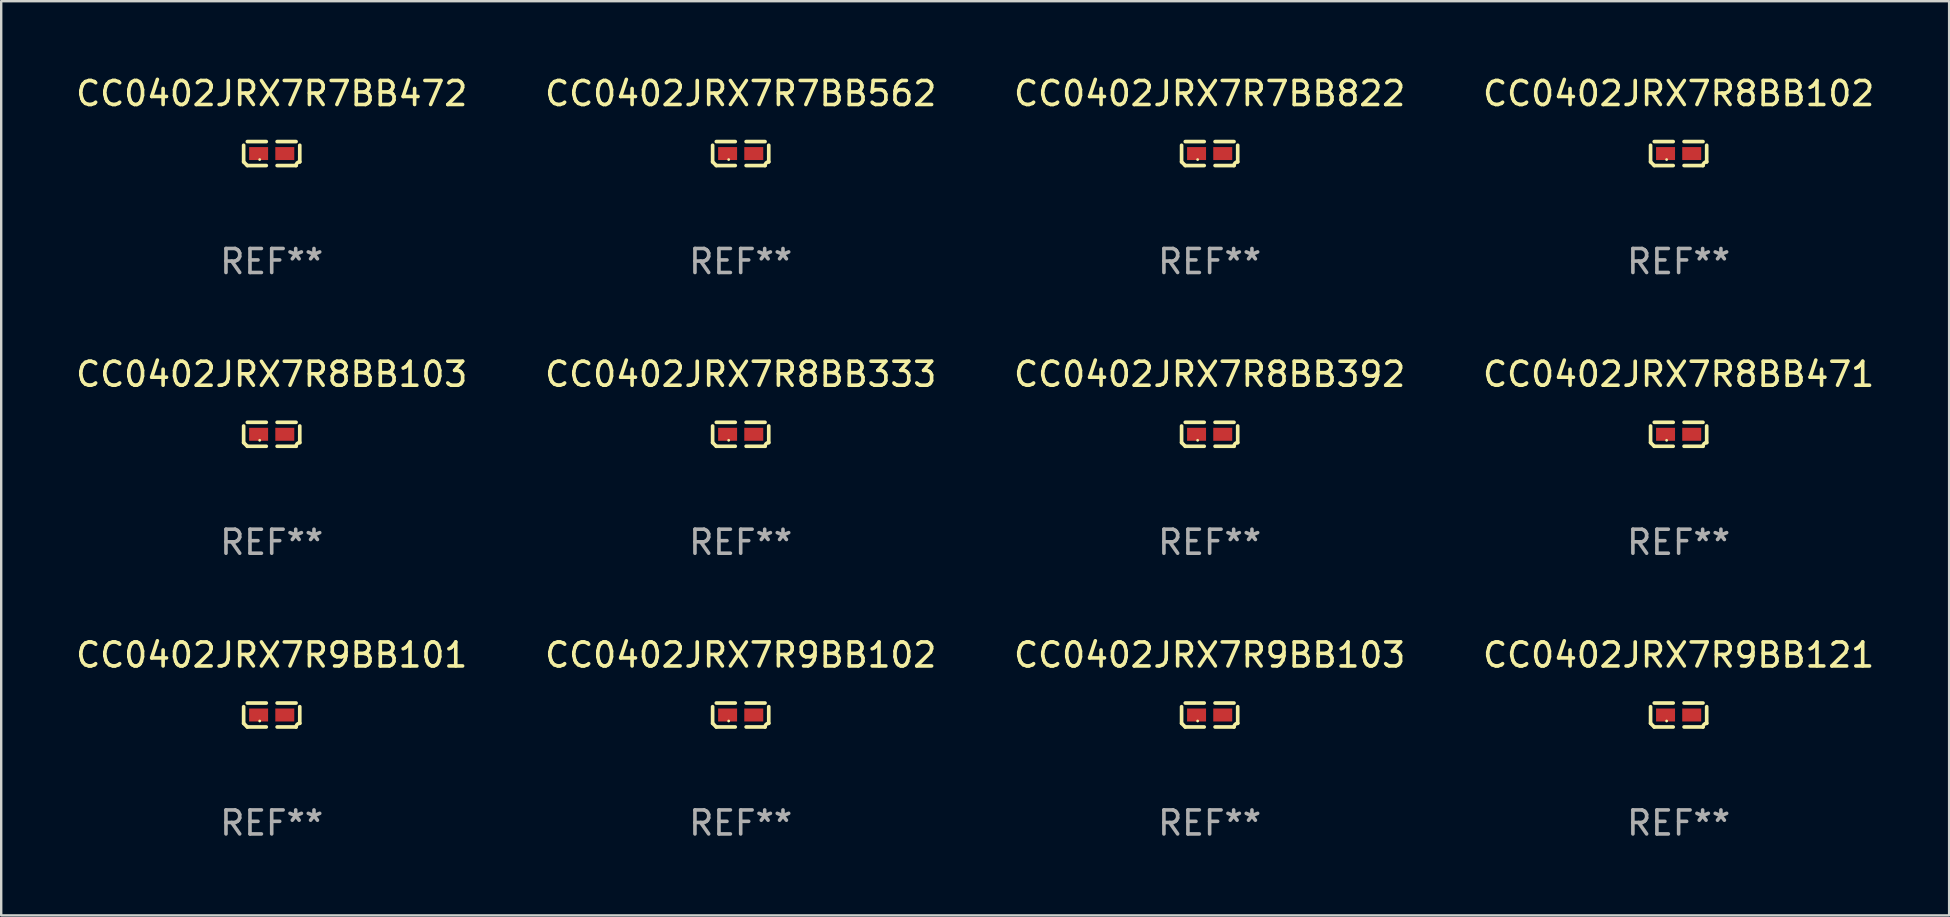
<source format=kicad_pcb>
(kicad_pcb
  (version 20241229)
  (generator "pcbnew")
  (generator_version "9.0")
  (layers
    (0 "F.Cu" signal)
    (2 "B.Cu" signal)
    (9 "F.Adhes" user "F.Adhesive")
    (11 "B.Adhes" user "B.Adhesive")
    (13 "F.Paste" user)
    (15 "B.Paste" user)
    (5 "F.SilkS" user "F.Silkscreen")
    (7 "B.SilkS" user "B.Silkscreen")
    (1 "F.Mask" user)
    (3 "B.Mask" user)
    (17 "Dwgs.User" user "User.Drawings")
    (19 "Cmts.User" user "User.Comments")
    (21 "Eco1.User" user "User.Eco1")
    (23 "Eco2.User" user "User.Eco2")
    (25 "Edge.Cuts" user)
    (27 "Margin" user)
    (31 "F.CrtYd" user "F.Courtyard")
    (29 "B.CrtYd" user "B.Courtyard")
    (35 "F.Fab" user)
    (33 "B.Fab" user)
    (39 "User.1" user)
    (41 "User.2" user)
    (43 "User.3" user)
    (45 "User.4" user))
  (footprint "CC0402JRX7R8BB392"
    (layer "F.Cu")
    (at 47.339 15.041)
    (property "Reference" "CC0402JRX7R8BB392" (at 0 -2.499 0) (layer "F.SilkS") (effects (font (size 1 1) (thickness 0.15))))
    (attr through_hole)
    (fp_line (start -1.169 0.346) (end -1.169 -0.346) (stroke (width 0.152) (type solid)) (layer "F.SilkS"))
    (fp_line (start -1.016 -0.499) (end -0.226 -0.499) (stroke (width 0.152) (type solid)) (layer "F.SilkS"))
    (fp_line (start -0.226 0.499) (end -1.016 0.499) (stroke (width 0.152) (type solid)) (layer "F.SilkS"))
    (fp_line (start 0.226 0.499) (end 1.016 0.499) (stroke (width 0.152) (type solid)) (layer "F.SilkS"))
    (fp_line (start 1.016 -0.499) (end 0.226 -0.499) (stroke (width 0.152) (type solid)) (layer "F.SilkS"))
    (fp_line (start 1.169 0.346) (end 1.169 -0.346) (stroke (width 0.152) (type solid)) (layer "F.SilkS"))
    (fp_arc (start -1.016307 0.498603) (mid -1.092512 0.422405) (end -1.16871 0.3462) (stroke (width 0.1524) (type solid)) (layer "F.SilkS"))
    (fp_arc (start 1.016307 0.498603) (mid 1.060899 0.390758) (end 1.168707 0.346076) (stroke (width 0.1524) (type solid)) (layer "F.SilkS"))
    (fp_circle (center -0.5 0.25) (end -0.47 0.25) (stroke (width 0.06) (type solid)) (fill no) (layer "F.SilkS"))
    (fp_text user "REF**" (at 0 4.499 0) (layer "F.Fab") (effects (font (size 1 1) (thickness 0.15))))
    (pad "1" smd rect (at -0.545 0) (size 0.79 0.54) (layers "F.Cu" "F.Mask" "F.Paste"))
    (pad "2" smd rect (at 0.545 0) (size 0.79 0.54) (layers "F.Cu" "F.Mask" "F.Paste")))
  (footprint "CC0402JRX7R9BB121"
    (layer "F.Cu")
    (at 66.875 26.734)
    (property "Reference" "CC0402JRX7R9BB121" (at 0 -2.499 0) (layer "F.SilkS") (effects (font (size 1 1) (thickness 0.15))))
    (attr through_hole)
    (fp_line (start -1.169 0.346) (end -1.169 -0.346) (stroke (width 0.152) (type solid)) (layer "F.SilkS"))
    (fp_line (start -1.016 -0.499) (end -0.226 -0.499) (stroke (width 0.152) (type solid)) (layer "F.SilkS"))
    (fp_line (start -0.226 0.499) (end -1.016 0.499) (stroke (width 0.152) (type solid)) (layer "F.SilkS"))
    (fp_line (start 0.226 0.499) (end 1.016 0.499) (stroke (width 0.152) (type solid)) (layer "F.SilkS"))
    (fp_line (start 1.016 -0.499) (end 0.226 -0.499) (stroke (width 0.152) (type solid)) (layer "F.SilkS"))
    (fp_line (start 1.169 0.346) (end 1.169 -0.346) (stroke (width 0.152) (type solid)) (layer "F.SilkS"))
    (fp_arc (start -1.016307 0.498603) (mid -1.092512 0.422405) (end -1.16871 0.3462) (stroke (width 0.1524) (type solid)) (layer "F.SilkS"))
    (fp_arc (start 1.016307 0.498603) (mid 1.060899 0.390758) (end 1.168707 0.346076) (stroke (width 0.1524) (type solid)) (layer "F.SilkS"))
    (fp_circle (center -0.5 0.25) (end -0.47 0.25) (stroke (width 0.06) (type solid)) (fill no) (layer "F.SilkS"))
    (fp_text user "REF**" (at 0 4.499 0) (layer "F.Fab") (effects (font (size 1 1) (thickness 0.15))))
    (pad "1" smd rect (at -0.545 0) (size 0.79 0.54) (layers "F.Cu" "F.Mask" "F.Paste"))
    (pad "2" smd rect (at 0.545 0) (size 0.79 0.54) (layers "F.Cu" "F.Mask" "F.Paste")))
  (footprint "CC0402JRX7R8BB333"
    (layer "F.Cu")
    (at 27.804 15.041)
    (property "Reference" "CC0402JRX7R8BB333" (at 0 -2.499 0) (layer "F.SilkS") (effects (font (size 1 1) (thickness 0.15))))
    (attr through_hole)
    (fp_line (start -1.169 0.346) (end -1.169 -0.346) (stroke (width 0.152) (type solid)) (layer "F.SilkS"))
    (fp_line (start -1.016 -0.499) (end -0.226 -0.499) (stroke (width 0.152) (type solid)) (layer "F.SilkS"))
    (fp_line (start -0.226 0.499) (end -1.016 0.499) (stroke (width 0.152) (type solid)) (layer "F.SilkS"))
    (fp_line (start 0.226 0.499) (end 1.016 0.499) (stroke (width 0.152) (type solid)) (layer "F.SilkS"))
    (fp_line (start 1.016 -0.499) (end 0.226 -0.499) (stroke (width 0.152) (type solid)) (layer "F.SilkS"))
    (fp_line (start 1.169 0.346) (end 1.169 -0.346) (stroke (width 0.152) (type solid)) (layer "F.SilkS"))
    (fp_arc (start -1.016307 0.498603) (mid -1.092512 0.422405) (end -1.16871 0.3462) (stroke (width 0.1524) (type solid)) (layer "F.SilkS"))
    (fp_arc (start 1.016307 0.498603) (mid 1.060899 0.390758) (end 1.168707 0.346076) (stroke (width 0.1524) (type solid)) (layer "F.SilkS"))
    (fp_circle (center -0.5 0.25) (end -0.47 0.25) (stroke (width 0.06) (type solid)) (fill no) (layer "F.SilkS"))
    (fp_text user "REF**" (at 0 4.499 0) (layer "F.Fab") (effects (font (size 1 1) (thickness 0.15))))
    (pad "1" smd rect (at -0.545 0) (size 0.79 0.54) (layers "F.Cu" "F.Mask" "F.Paste"))
    (pad "2" smd rect (at 0.545 0) (size 0.79 0.54) (layers "F.Cu" "F.Mask" "F.Paste")))
  (footprint "CC0402JRX7R9BB103"
    (layer "F.Cu")
    (at 47.339 26.734)
    (property "Reference" "CC0402JRX7R9BB103" (at 0 -2.499 0) (layer "F.SilkS") (effects (font (size 1 1) (thickness 0.15))))
    (attr through_hole)
    (fp_line (start -1.169 0.346) (end -1.169 -0.346) (stroke (width 0.152) (type solid)) (layer "F.SilkS"))
    (fp_line (start -1.016 -0.499) (end -0.226 -0.499) (stroke (width 0.152) (type solid)) (layer "F.SilkS"))
    (fp_line (start -0.226 0.499) (end -1.016 0.499) (stroke (width 0.152) (type solid)) (layer "F.SilkS"))
    (fp_line (start 0.226 0.499) (end 1.016 0.499) (stroke (width 0.152) (type solid)) (layer "F.SilkS"))
    (fp_line (start 1.016 -0.499) (end 0.226 -0.499) (stroke (width 0.152) (type solid)) (layer "F.SilkS"))
    (fp_line (start 1.169 0.346) (end 1.169 -0.346) (stroke (width 0.152) (type solid)) (layer "F.SilkS"))
    (fp_arc (start -1.016307 0.498603) (mid -1.092512 0.422405) (end -1.16871 0.3462) (stroke (width 0.1524) (type solid)) (layer "F.SilkS"))
    (fp_arc (start 1.016307 0.498603) (mid 1.060899 0.390758) (end 1.168707 0.346076) (stroke (width 0.1524) (type solid)) (layer "F.SilkS"))
    (fp_circle (center -0.5 0.25) (end -0.47 0.25) (stroke (width 0.06) (type solid)) (fill no) (layer "F.SilkS"))
    (fp_text user "REF**" (at 0 4.499 0) (layer "F.Fab") (effects (font (size 1 1) (thickness 0.15))))
    (pad "1" smd rect (at -0.545 0) (size 0.79 0.54) (layers "F.Cu" "F.Mask" "F.Paste"))
    (pad "2" smd rect (at 0.545 0) (size 0.79 0.54) (layers "F.Cu" "F.Mask" "F.Paste")))
  (footprint "CC0402JRX7R9BB102"
    (layer "F.Cu")
    (at 27.804 26.734)
    (property "Reference" "CC0402JRX7R9BB102" (at 0 -2.499 0) (layer "F.SilkS") (effects (font (size 1 1) (thickness 0.15))))
    (attr through_hole)
    (fp_line (start -1.169 0.346) (end -1.169 -0.346) (stroke (width 0.152) (type solid)) (layer "F.SilkS"))
    (fp_line (start -1.016 -0.499) (end -0.226 -0.499) (stroke (width 0.152) (type solid)) (layer "F.SilkS"))
    (fp_line (start -0.226 0.499) (end -1.016 0.499) (stroke (width 0.152) (type solid)) (layer "F.SilkS"))
    (fp_line (start 0.226 0.499) (end 1.016 0.499) (stroke (width 0.152) (type solid)) (layer "F.SilkS"))
    (fp_line (start 1.016 -0.499) (end 0.226 -0.499) (stroke (width 0.152) (type solid)) (layer "F.SilkS"))
    (fp_line (start 1.169 0.346) (end 1.169 -0.346) (stroke (width 0.152) (type solid)) (layer "F.SilkS"))
    (fp_arc (start -1.016307 0.498603) (mid -1.092512 0.422405) (end -1.16871 0.3462) (stroke (width 0.1524) (type solid)) (layer "F.SilkS"))
    (fp_arc (start 1.016307 0.498603) (mid 1.060899 0.390758) (end 1.168707 0.346076) (stroke (width 0.1524) (type solid)) (layer "F.SilkS"))
    (fp_circle (center -0.5 0.25) (end -0.47 0.25) (stroke (width 0.06) (type solid)) (fill no) (layer "F.SilkS"))
    (fp_text user "REF**" (at 0 4.499 0) (layer "F.Fab") (effects (font (size 1 1) (thickness 0.15))))
    (pad "1" smd rect (at -0.545 0) (size 0.79 0.54) (layers "F.Cu" "F.Mask" "F.Paste"))
    (pad "2" smd rect (at 0.545 0) (size 0.79 0.54) (layers "F.Cu" "F.Mask" "F.Paste")))
  (footprint "CC0402JRX7R8BB103"
    (layer "F.Cu")
    (at 8.268 15.041)
    (property "Reference" "CC0402JRX7R8BB103" (at 0 -2.499 0) (layer "F.SilkS") (effects (font (size 1 1) (thickness 0.15))))
    (attr through_hole)
    (fp_line (start -1.169 0.346) (end -1.169 -0.346) (stroke (width 0.152) (type solid)) (layer "F.SilkS"))
    (fp_line (start -1.016 -0.499) (end -0.226 -0.499) (stroke (width 0.152) (type solid)) (layer "F.SilkS"))
    (fp_line (start -0.226 0.499) (end -1.016 0.499) (stroke (width 0.152) (type solid)) (layer "F.SilkS"))
    (fp_line (start 0.226 0.499) (end 1.016 0.499) (stroke (width 0.152) (type solid)) (layer "F.SilkS"))
    (fp_line (start 1.016 -0.499) (end 0.226 -0.499) (stroke (width 0.152) (type solid)) (layer "F.SilkS"))
    (fp_line (start 1.169 0.346) (end 1.169 -0.346) (stroke (width 0.152) (type solid)) (layer "F.SilkS"))
    (fp_arc (start -1.016307 0.498603) (mid -1.092512 0.422405) (end -1.16871 0.3462) (stroke (width 0.1524) (type solid)) (layer "F.SilkS"))
    (fp_arc (start 1.016307 0.498603) (mid 1.060899 0.390758) (end 1.168707 0.346076) (stroke (width 0.1524) (type solid)) (layer "F.SilkS"))
    (fp_circle (center -0.5 0.25) (end -0.47 0.25) (stroke (width 0.06) (type solid)) (fill no) (layer "F.SilkS"))
    (fp_text user "REF**" (at 0 4.499 0) (layer "F.Fab") (effects (font (size 1 1) (thickness 0.15))))
    (pad "1" smd rect (at -0.545 0) (size 0.79 0.54) (layers "F.Cu" "F.Mask" "F.Paste"))
    (pad "2" smd rect (at 0.545 0) (size 0.79 0.54) (layers "F.Cu" "F.Mask" "F.Paste")))
  (footprint "CC0402JRX7R7BB472"
    (layer "F.Cu")
    (at 8.268 3.347)
    (property "Reference" "CC0402JRX7R7BB472" (at 0 -2.499 0) (layer "F.SilkS") (effects (font (size 1 1) (thickness 0.15))))
    (attr through_hole)
    (fp_line (start -1.169 0.346) (end -1.169 -0.346) (stroke (width 0.152) (type solid)) (layer "F.SilkS"))
    (fp_line (start -1.016 -0.499) (end -0.226 -0.499) (stroke (width 0.152) (type solid)) (layer "F.SilkS"))
    (fp_line (start -0.226 0.499) (end -1.016 0.499) (stroke (width 0.152) (type solid)) (layer "F.SilkS"))
    (fp_line (start 0.226 0.499) (end 1.016 0.499) (stroke (width 0.152) (type solid)) (layer "F.SilkS"))
    (fp_line (start 1.016 -0.499) (end 0.226 -0.499) (stroke (width 0.152) (type solid)) (layer "F.SilkS"))
    (fp_line (start 1.169 0.346) (end 1.169 -0.346) (stroke (width 0.152) (type solid)) (layer "F.SilkS"))
    (fp_arc (start -1.016307 0.498603) (mid -1.092512 0.422405) (end -1.16871 0.3462) (stroke (width 0.1524) (type solid)) (layer "F.SilkS"))
    (fp_arc (start 1.016307 0.498603) (mid 1.060899 0.390758) (end 1.168707 0.346076) (stroke (width 0.1524) (type solid)) (layer "F.SilkS"))
    (fp_circle (center -0.5 0.25) (end -0.47 0.25) (stroke (width 0.06) (type solid)) (fill no) (layer "F.SilkS"))
    (fp_text user "REF**" (at 0 4.499 0) (layer "F.Fab") (effects (font (size 1 1) (thickness 0.15))))
    (pad "1" smd rect (at -0.545 0) (size 0.79 0.54) (layers "F.Cu" "F.Mask" "F.Paste"))
    (pad "2" smd rect (at 0.545 0) (size 0.79 0.54) (layers "F.Cu" "F.Mask" "F.Paste")))
  (footprint "CC0402JRX7R7BB822"
    (layer "F.Cu")
    (at 47.339 3.347)
    (property "Reference" "CC0402JRX7R7BB822" (at 0 -2.499 0) (layer "F.SilkS") (effects (font (size 1 1) (thickness 0.15))))
    (attr through_hole)
    (fp_line (start -1.169 0.346) (end -1.169 -0.346) (stroke (width 0.152) (type solid)) (layer "F.SilkS"))
    (fp_line (start -1.016 -0.499) (end -0.226 -0.499) (stroke (width 0.152) (type solid)) (layer "F.SilkS"))
    (fp_line (start -0.226 0.499) (end -1.016 0.499) (stroke (width 0.152) (type solid)) (layer "F.SilkS"))
    (fp_line (start 0.226 0.499) (end 1.016 0.499) (stroke (width 0.152) (type solid)) (layer "F.SilkS"))
    (fp_line (start 1.016 -0.499) (end 0.226 -0.499) (stroke (width 0.152) (type solid)) (layer "F.SilkS"))
    (fp_line (start 1.169 0.346) (end 1.169 -0.346) (stroke (width 0.152) (type solid)) (layer "F.SilkS"))
    (fp_arc (start -1.016307 0.498603) (mid -1.092512 0.422405) (end -1.16871 0.3462) (stroke (width 0.1524) (type solid)) (layer "F.SilkS"))
    (fp_arc (start 1.016307 0.498603) (mid 1.060899 0.390758) (end 1.168707 0.346076) (stroke (width 0.1524) (type solid)) (layer "F.SilkS"))
    (fp_circle (center -0.5 0.25) (end -0.47 0.25) (stroke (width 0.06) (type solid)) (fill no) (layer "F.SilkS"))
    (fp_text user "REF**" (at 0 4.499 0) (layer "F.Fab") (effects (font (size 1 1) (thickness 0.15))))
    (pad "1" smd rect (at -0.545 0) (size 0.79 0.54) (layers "F.Cu" "F.Mask" "F.Paste"))
    (pad "2" smd rect (at 0.545 0) (size 0.79 0.54) (layers "F.Cu" "F.Mask" "F.Paste")))
  (footprint "CC0402JRX7R7BB562"
    (layer "F.Cu")
    (at 27.804 3.347)
    (property "Reference" "CC0402JRX7R7BB562" (at 0 -2.499 0) (layer "F.SilkS") (effects (font (size 1 1) (thickness 0.15))))
    (attr through_hole)
    (fp_line (start -1.169 0.346) (end -1.169 -0.346) (stroke (width 0.152) (type solid)) (layer "F.SilkS"))
    (fp_line (start -1.016 -0.499) (end -0.226 -0.499) (stroke (width 0.152) (type solid)) (layer "F.SilkS"))
    (fp_line (start -0.226 0.499) (end -1.016 0.499) (stroke (width 0.152) (type solid)) (layer "F.SilkS"))
    (fp_line (start 0.226 0.499) (end 1.016 0.499) (stroke (width 0.152) (type solid)) (layer "F.SilkS"))
    (fp_line (start 1.016 -0.499) (end 0.226 -0.499) (stroke (width 0.152) (type solid)) (layer "F.SilkS"))
    (fp_line (start 1.169 0.346) (end 1.169 -0.346) (stroke (width 0.152) (type solid)) (layer "F.SilkS"))
    (fp_arc (start -1.016307 0.498603) (mid -1.092512 0.422405) (end -1.16871 0.3462) (stroke (width 0.1524) (type solid)) (layer "F.SilkS"))
    (fp_arc (start 1.016307 0.498603) (mid 1.060899 0.390758) (end 1.168707 0.346076) (stroke (width 0.1524) (type solid)) (layer "F.SilkS"))
    (fp_circle (center -0.5 0.25) (end -0.47 0.25) (stroke (width 0.06) (type solid)) (fill no) (layer "F.SilkS"))
    (fp_text user "REF**" (at 0 4.499 0) (layer "F.Fab") (effects (font (size 1 1) (thickness 0.15))))
    (pad "1" smd rect (at -0.545 0) (size 0.79 0.54) (layers "F.Cu" "F.Mask" "F.Paste"))
    (pad "2" smd rect (at 0.545 0) (size 0.79 0.54) (layers "F.Cu" "F.Mask" "F.Paste")))
  (footprint "CC0402JRX7R8BB102"
    (layer "F.Cu")
    (at 66.875 3.347)
    (property "Reference" "CC0402JRX7R8BB102" (at 0 -2.499 0) (layer "F.SilkS") (effects (font (size 1 1) (thickness 0.15))))
    (attr through_hole)
    (fp_line (start -1.169 0.346) (end -1.169 -0.346) (stroke (width 0.152) (type solid)) (layer "F.SilkS"))
    (fp_line (start -1.016 -0.499) (end -0.226 -0.499) (stroke (width 0.152) (type solid)) (layer "F.SilkS"))
    (fp_line (start -0.226 0.499) (end -1.016 0.499) (stroke (width 0.152) (type solid)) (layer "F.SilkS"))
    (fp_line (start 0.226 0.499) (end 1.016 0.499) (stroke (width 0.152) (type solid)) (layer "F.SilkS"))
    (fp_line (start 1.016 -0.499) (end 0.226 -0.499) (stroke (width 0.152) (type solid)) (layer "F.SilkS"))
    (fp_line (start 1.169 0.346) (end 1.169 -0.346) (stroke (width 0.152) (type solid)) (layer "F.SilkS"))
    (fp_arc (start -1.016307 0.498603) (mid -1.092512 0.422405) (end -1.16871 0.3462) (stroke (width 0.1524) (type solid)) (layer "F.SilkS"))
    (fp_arc (start 1.016307 0.498603) (mid 1.060899 0.390758) (end 1.168707 0.346076) (stroke (width 0.1524) (type solid)) (layer "F.SilkS"))
    (fp_circle (center -0.5 0.25) (end -0.47 0.25) (stroke (width 0.06) (type solid)) (fill no) (layer "F.SilkS"))
    (fp_text user "REF**" (at 0 4.499 0) (layer "F.Fab") (effects (font (size 1 1) (thickness 0.15))))
    (pad "1" smd rect (at -0.545 0) (size 0.79 0.54) (layers "F.Cu" "F.Mask" "F.Paste"))
    (pad "2" smd rect (at 0.545 0) (size 0.79 0.54) (layers "F.Cu" "F.Mask" "F.Paste")))
  (footprint "CC0402JRX7R8BB471"
    (layer "F.Cu")
    (at 66.875 15.041)
    (property "Reference" "CC0402JRX7R8BB471" (at 0 -2.499 0) (layer "F.SilkS") (effects (font (size 1 1) (thickness 0.15))))
    (attr through_hole)
    (fp_line (start -1.169 0.346) (end -1.169 -0.346) (stroke (width 0.152) (type solid)) (layer "F.SilkS"))
    (fp_line (start -1.016 -0.499) (end -0.226 -0.499) (stroke (width 0.152) (type solid)) (layer "F.SilkS"))
    (fp_line (start -0.226 0.499) (end -1.016 0.499) (stroke (width 0.152) (type solid)) (layer "F.SilkS"))
    (fp_line (start 0.226 0.499) (end 1.016 0.499) (stroke (width 0.152) (type solid)) (layer "F.SilkS"))
    (fp_line (start 1.016 -0.499) (end 0.226 -0.499) (stroke (width 0.152) (type solid)) (layer "F.SilkS"))
    (fp_line (start 1.169 0.346) (end 1.169 -0.346) (stroke (width 0.152) (type solid)) (layer "F.SilkS"))
    (fp_arc (start -1.016307 0.498603) (mid -1.092512 0.422405) (end -1.16871 0.3462) (stroke (width 0.1524) (type solid)) (layer "F.SilkS"))
    (fp_arc (start 1.016307 0.498603) (mid 1.060899 0.390758) (end 1.168707 0.346076) (stroke (width 0.1524) (type solid)) (layer "F.SilkS"))
    (fp_circle (center -0.5 0.25) (end -0.47 0.25) (stroke (width 0.06) (type solid)) (fill no) (layer "F.SilkS"))
    (fp_text user "REF**" (at 0 4.499 0) (layer "F.Fab") (effects (font (size 1 1) (thickness 0.15))))
    (pad "1" smd rect (at -0.545 0) (size 0.79 0.54) (layers "F.Cu" "F.Mask" "F.Paste"))
    (pad "2" smd rect (at 0.545 0) (size 0.79 0.54) (layers "F.Cu" "F.Mask" "F.Paste")))
  (footprint "CC0402JRX7R9BB101"
    (layer "F.Cu")
    (at 8.268 26.734)
    (property "Reference" "CC0402JRX7R9BB101" (at 0 -2.499 0) (layer "F.SilkS") (effects (font (size 1 1) (thickness 0.15))))
    (attr through_hole)
    (fp_line (start -1.169 0.346) (end -1.169 -0.346) (stroke (width 0.152) (type solid)) (layer "F.SilkS"))
    (fp_line (start -1.016 -0.499) (end -0.226 -0.499) (stroke (width 0.152) (type solid)) (layer "F.SilkS"))
    (fp_line (start -0.226 0.499) (end -1.016 0.499) (stroke (width 0.152) (type solid)) (layer "F.SilkS"))
    (fp_line (start 0.226 0.499) (end 1.016 0.499) (stroke (width 0.152) (type solid)) (layer "F.SilkS"))
    (fp_line (start 1.016 -0.499) (end 0.226 -0.499) (stroke (width 0.152) (type solid)) (layer "F.SilkS"))
    (fp_line (start 1.169 0.346) (end 1.169 -0.346) (stroke (width 0.152) (type solid)) (layer "F.SilkS"))
    (fp_arc (start -1.016307 0.498603) (mid -1.092512 0.422405) (end -1.16871 0.3462) (stroke (width 0.1524) (type solid)) (layer "F.SilkS"))
    (fp_arc (start 1.016307 0.498603) (mid 1.060899 0.390758) (end 1.168707 0.346076) (stroke (width 0.1524) (type solid)) (layer "F.SilkS"))
    (fp_circle (center -0.5 0.25) (end -0.47 0.25) (stroke (width 0.06) (type solid)) (fill no) (layer "F.SilkS"))
    (fp_text user "REF**" (at 0 4.499 0) (layer "F.Fab") (effects (font (size 1 1) (thickness 0.15))))
    (pad "1" smd rect (at -0.545 0) (size 0.79 0.54) (layers "F.Cu" "F.Mask" "F.Paste"))
    (pad "2" smd rect (at 0.545 0) (size 0.79 0.54) (layers "F.Cu" "F.Mask" "F.Paste")))
  (gr_rect
    (start -3 -3)
    (end 78.143 35.081)
    (stroke (width 0.1) (type default))
    (fill no)
    (layer "Edge.Cuts")))
</source>
